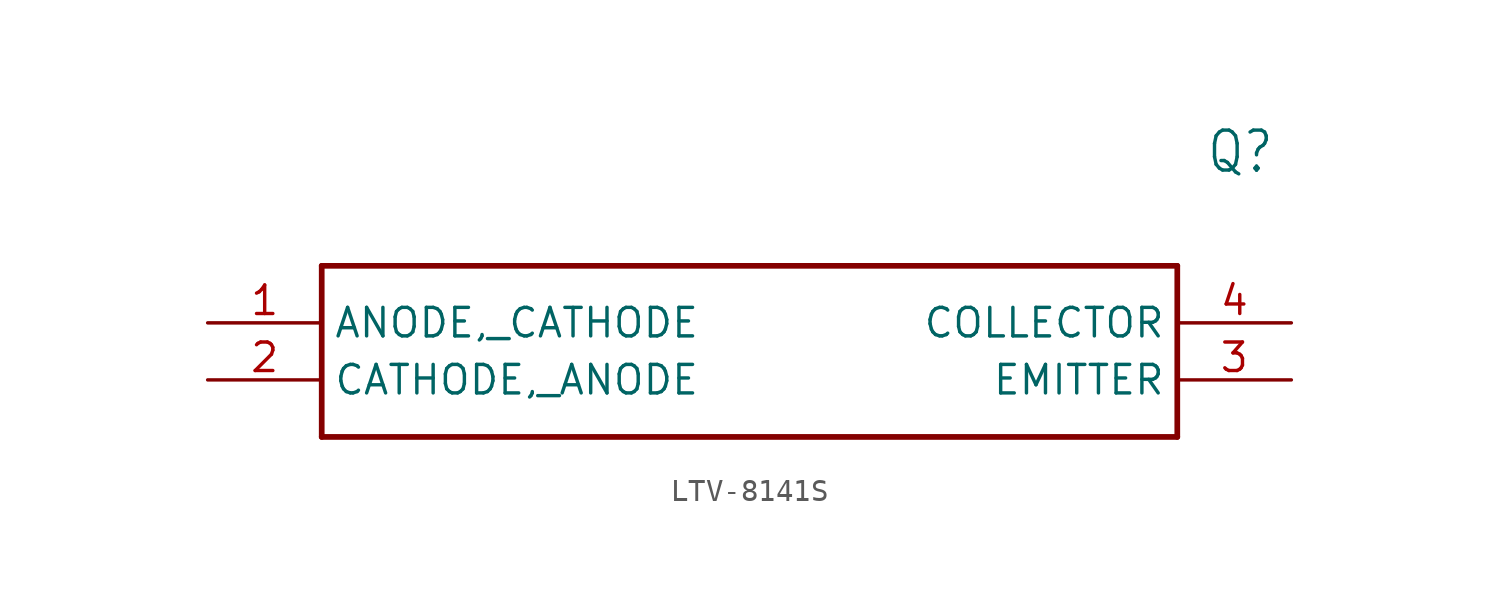
<source format=kicad_sym>
(kicad_symbol_lib
  (version 20231120)
  (generator "kicad_symbol_editor")
  (generator_version "8.0")
  (symbol "LTV-8141S"
    (property "Reference" "Q"
      (at 44.45 7.62 0)
      (effects (font (size 1.778 1.511)) (justify left)))
    (property "Value" ""
      (at 44.45 5.08 0)
      (effects (font (size 1.778 1.511)) (justify left)))
    (property "ki_locked" ""
      (at 0 0 0)
      (effects (font (size 1.27 1.27))))
    (symbol "LTV-8141S_1_0"
      (polyline (pts (xy 5.08 2.54) (xy 5.08 -5.08)) (stroke (width 0.254) (type solid)) (fill (type none)))
      (polyline (pts (xy 5.08 2.54) (xy 43.18 2.54)) (stroke (width 0.254) (type solid)) (fill (type none)))
      (polyline (pts (xy 43.18 -5.08) (xy 5.08 -5.08)) (stroke (width 0.254) (type solid)) (fill (type none)))
      (polyline (pts (xy 43.18 -5.08) (xy 43.18 2.54)) (stroke (width 0.254) (type solid)) (fill (type none)))
      (pin bidirectional line (at 0 0 0) (length 5.08) (name "ANODE,_CATHODE" (effects (font (size 1.27 1.27)))) (number "1" (effects (font (size 1.27 1.27)))))
      (pin bidirectional line (at 0 -2.54 0) (length 5.08) (name "CATHODE,_ANODE" (effects (font (size 1.27 1.27)))) (number "2" (effects (font (size 1.27 1.27)))))
      (pin bidirectional line (at 48.26 -2.54 180) (length 5.08) (name "EMITTER" (effects (font (size 1.27 1.27)))) (number "3" (effects (font (size 1.27 1.27)))))
      (pin bidirectional line (at 48.26 0 180) (length 5.08) (name "COLLECTOR" (effects (font (size 1.27 1.27)))) (number "4" (effects (font (size 1.27 1.27))))))))
</source>
